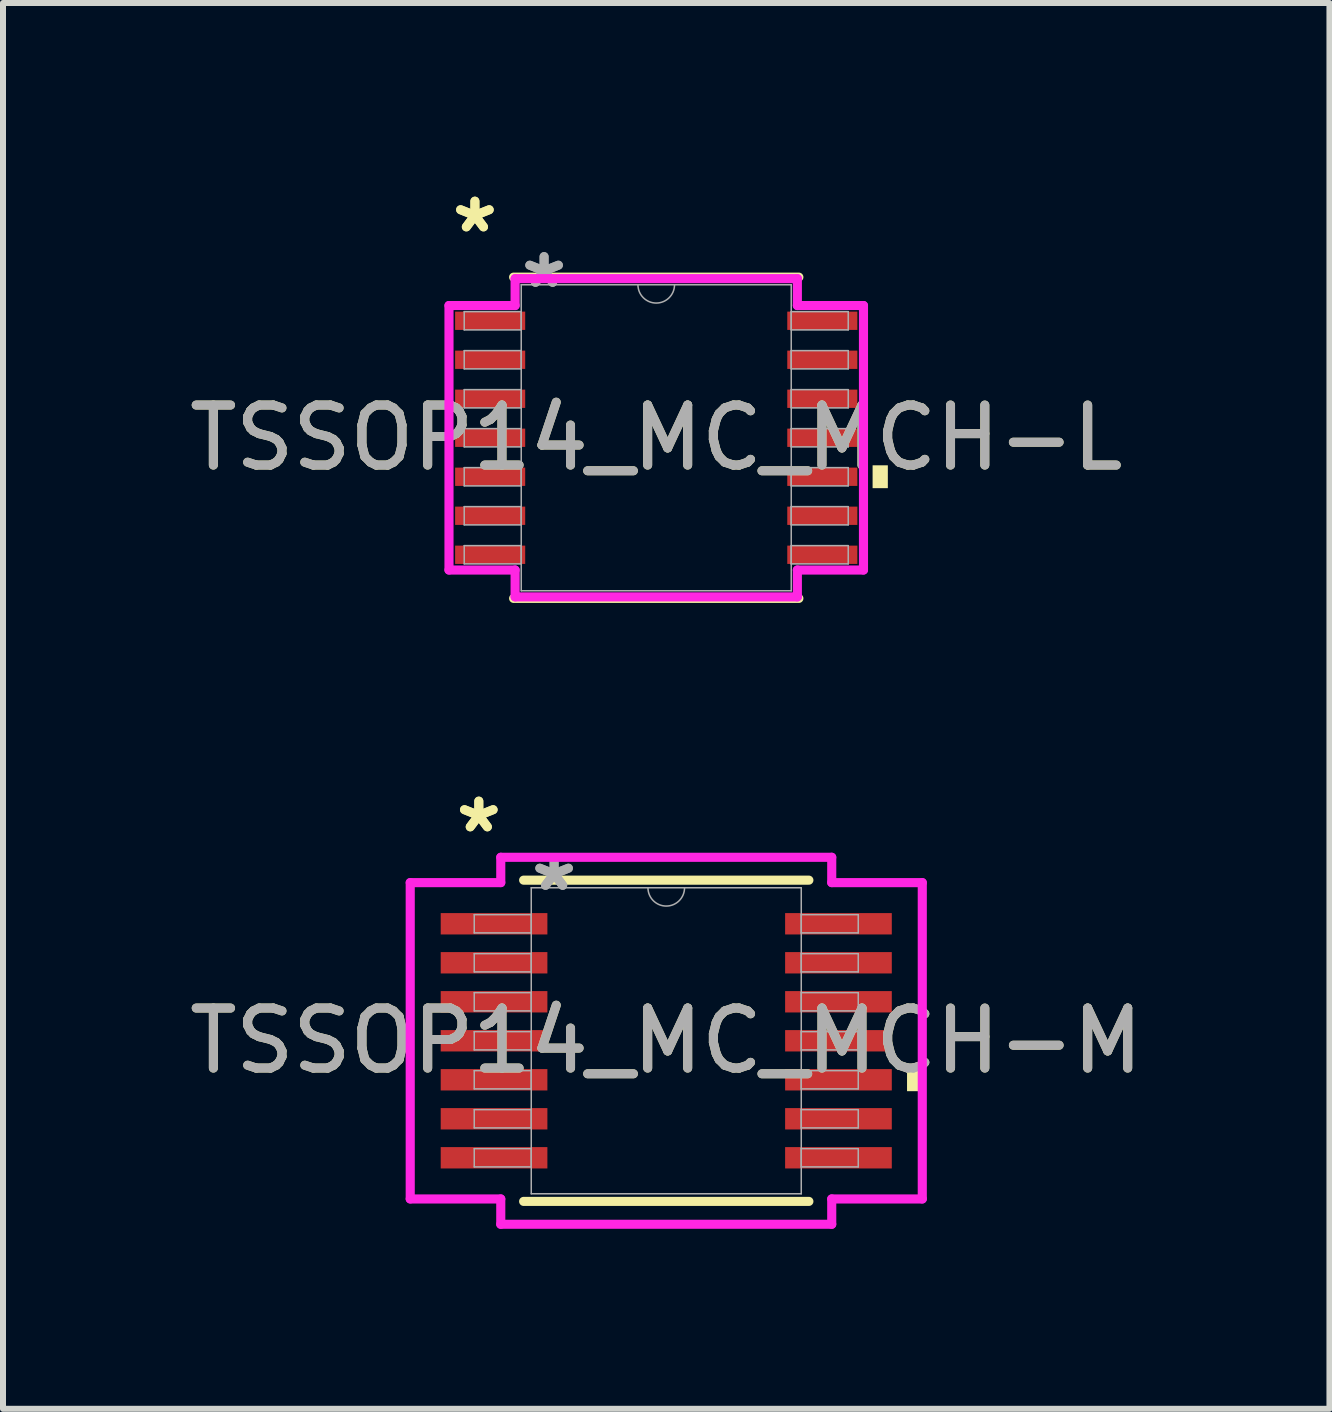
<source format=kicad_pcb>
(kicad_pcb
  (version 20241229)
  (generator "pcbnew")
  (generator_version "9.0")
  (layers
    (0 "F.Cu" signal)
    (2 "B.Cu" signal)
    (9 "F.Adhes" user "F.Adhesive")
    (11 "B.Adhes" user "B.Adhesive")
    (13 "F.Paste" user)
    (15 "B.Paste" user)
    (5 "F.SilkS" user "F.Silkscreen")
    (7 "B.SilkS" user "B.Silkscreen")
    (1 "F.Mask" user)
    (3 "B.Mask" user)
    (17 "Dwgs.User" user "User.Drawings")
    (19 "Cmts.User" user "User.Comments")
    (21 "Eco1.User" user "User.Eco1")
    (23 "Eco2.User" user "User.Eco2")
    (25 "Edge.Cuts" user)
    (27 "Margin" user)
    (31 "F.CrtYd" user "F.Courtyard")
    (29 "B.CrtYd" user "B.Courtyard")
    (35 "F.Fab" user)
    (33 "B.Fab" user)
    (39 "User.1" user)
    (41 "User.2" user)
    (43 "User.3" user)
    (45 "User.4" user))
  (footprint "TSSOP14_MC_MCH-M"
    (layer "F.Cu")
    (at 8.054 14.296)
    (property "Reference" "TSSOP14_MC_MCH-M" (at 0 0 0) (unlocked yes) (layer "F.SilkS") (effects (font (size 1 1) (thickness 0.15))))
    (attr smd)
    (fp_line (start -2.377 2.677) (end 2.377 2.677) (stroke (width 0.152) (type solid)) (layer "F.SilkS"))
    (fp_line (start 2.377 -2.677) (end -2.377 -2.677) (stroke (width 0.152) (type solid)) (layer "F.SilkS"))
    (fp_poly (pts (xy 4.267 0.459) (xy 4.267 0.84) (xy 4.013 0.84) (xy 4.013 0.459)) (stroke (width 0) (type solid)) (fill yes) (layer "F.SilkS"))
    (fp_line (start -4.267 -2.636) (end -2.758 -2.636) (stroke (width 0.152) (type solid)) (layer "F.CrtYd"))
    (fp_line (start -4.267 2.636) (end -4.267 -2.636) (stroke (width 0.152) (type solid)) (layer "F.CrtYd"))
    (fp_line (start -4.267 2.636) (end -2.758 2.636) (stroke (width 0.152) (type solid)) (layer "F.CrtYd"))
    (fp_line (start -2.758 -3.058) (end 2.758 -3.058) (stroke (width 0.152) (type solid)) (layer "F.CrtYd"))
    (fp_line (start -2.758 -2.636) (end -2.758 -3.058) (stroke (width 0.152) (type solid)) (layer "F.CrtYd"))
    (fp_line (start -2.758 3.058) (end -2.758 2.636) (stroke (width 0.152) (type solid)) (layer "F.CrtYd"))
    (fp_line (start 2.758 -3.058) (end 2.758 -2.636) (stroke (width 0.152) (type solid)) (layer "F.CrtYd"))
    (fp_line (start 2.758 2.636) (end 2.758 3.058) (stroke (width 0.152) (type solid)) (layer "F.CrtYd"))
    (fp_line (start 2.758 3.058) (end -2.758 3.058) (stroke (width 0.152) (type solid)) (layer "F.CrtYd"))
    (fp_line (start 4.267 -2.636) (end 2.758 -2.636) (stroke (width 0.152) (type solid)) (layer "F.CrtYd"))
    (fp_line (start 4.267 -2.636) (end 4.267 2.636) (stroke (width 0.152) (type solid)) (layer "F.CrtYd"))
    (fp_line (start 4.267 2.636) (end 2.758 2.636) (stroke (width 0.152) (type solid)) (layer "F.CrtYd"))
    (fp_line (start -3.2 -2.102) (end -3.2 -1.798) (stroke (width 0.025) (type solid)) (layer "F.Fab"))
    (fp_line (start -3.2 -1.798) (end -2.25 -1.798) (stroke (width 0.025) (type solid)) (layer "F.Fab"))
    (fp_line (start -3.2 -1.452) (end -3.2 -1.148) (stroke (width 0.025) (type solid)) (layer "F.Fab"))
    (fp_line (start -3.2 -1.148) (end -2.25 -1.148) (stroke (width 0.025) (type solid)) (layer "F.Fab"))
    (fp_line (start -3.2 -0.802) (end -3.2 -0.498) (stroke (width 0.025) (type solid)) (layer "F.Fab"))
    (fp_line (start -3.2 -0.498) (end -2.25 -0.498) (stroke (width 0.025) (type solid)) (layer "F.Fab"))
    (fp_line (start -3.2 -0.152) (end -3.2 0.152) (stroke (width 0.025) (type solid)) (layer "F.Fab"))
    (fp_line (start -3.2 0.152) (end -2.25 0.152) (stroke (width 0.025) (type solid)) (layer "F.Fab"))
    (fp_line (start -3.2 0.498) (end -3.2 0.802) (stroke (width 0.025) (type solid)) (layer "F.Fab"))
    (fp_line (start -3.2 0.802) (end -2.25 0.802) (stroke (width 0.025) (type solid)) (layer "F.Fab"))
    (fp_line (start -3.2 1.148) (end -3.2 1.452) (stroke (width 0.025) (type solid)) (layer "F.Fab"))
    (fp_line (start -3.2 1.452) (end -2.25 1.452) (stroke (width 0.025) (type solid)) (layer "F.Fab"))
    (fp_line (start -3.2 1.798) (end -3.2 2.102) (stroke (width 0.025) (type solid)) (layer "F.Fab"))
    (fp_line (start -3.2 2.102) (end -2.25 2.102) (stroke (width 0.025) (type solid)) (layer "F.Fab"))
    (fp_line (start -2.25 -2.55) (end -2.25 2.55) (stroke (width 0.025) (type solid)) (layer "F.Fab"))
    (fp_line (start -2.25 -2.102) (end -3.2 -2.102) (stroke (width 0.025) (type solid)) (layer "F.Fab"))
    (fp_line (start -2.25 -1.798) (end -2.25 -2.102) (stroke (width 0.025) (type solid)) (layer "F.Fab"))
    (fp_line (start -2.25 -1.452) (end -3.2 -1.452) (stroke (width 0.025) (type solid)) (layer "F.Fab"))
    (fp_line (start -2.25 -1.148) (end -2.25 -1.452) (stroke (width 0.025) (type solid)) (layer "F.Fab"))
    (fp_line (start -2.25 -0.802) (end -3.2 -0.802) (stroke (width 0.025) (type solid)) (layer "F.Fab"))
    (fp_line (start -2.25 -0.498) (end -2.25 -0.802) (stroke (width 0.025) (type solid)) (layer "F.Fab"))
    (fp_line (start -2.25 -0.152) (end -3.2 -0.152) (stroke (width 0.025) (type solid)) (layer "F.Fab"))
    (fp_line (start -2.25 0.152) (end -2.25 -0.152) (stroke (width 0.025) (type solid)) (layer "F.Fab"))
    (fp_line (start -2.25 0.498) (end -3.2 0.498) (stroke (width 0.025) (type solid)) (layer "F.Fab"))
    (fp_line (start -2.25 0.802) (end -2.25 0.498) (stroke (width 0.025) (type solid)) (layer "F.Fab"))
    (fp_line (start -2.25 1.148) (end -3.2 1.148) (stroke (width 0.025) (type solid)) (layer "F.Fab"))
    (fp_line (start -2.25 1.452) (end -2.25 1.148) (stroke (width 0.025) (type solid)) (layer "F.Fab"))
    (fp_line (start -2.25 1.798) (end -3.2 1.798) (stroke (width 0.025) (type solid)) (layer "F.Fab"))
    (fp_line (start -2.25 2.102) (end -2.25 1.798) (stroke (width 0.025) (type solid)) (layer "F.Fab"))
    (fp_line (start -2.25 2.55) (end 2.25 2.55) (stroke (width 0.025) (type solid)) (layer "F.Fab"))
    (fp_line (start 2.25 -2.55) (end -2.25 -2.55) (stroke (width 0.025) (type solid)) (layer "F.Fab"))
    (fp_line (start 2.25 -2.102) (end 2.25 -1.798) (stroke (width 0.025) (type solid)) (layer "F.Fab"))
    (fp_line (start 2.25 -1.798) (end 3.2 -1.798) (stroke (width 0.025) (type solid)) (layer "F.Fab"))
    (fp_line (start 2.25 -1.452) (end 2.25 -1.148) (stroke (width 0.025) (type solid)) (layer "F.Fab"))
    (fp_line (start 2.25 -1.148) (end 3.2 -1.148) (stroke (width 0.025) (type solid)) (layer "F.Fab"))
    (fp_line (start 2.25 -0.802) (end 2.25 -0.498) (stroke (width 0.025) (type solid)) (layer "F.Fab"))
    (fp_line (start 2.25 -0.498) (end 3.2 -0.498) (stroke (width 0.025) (type solid)) (layer "F.Fab"))
    (fp_line (start 2.25 -0.152) (end 2.25 0.152) (stroke (width 0.025) (type solid)) (layer "F.Fab"))
    (fp_line (start 2.25 0.152) (end 3.2 0.152) (stroke (width 0.025) (type solid)) (layer "F.Fab"))
    (fp_line (start 2.25 0.498) (end 2.25 0.802) (stroke (width 0.025) (type solid)) (layer "F.Fab"))
    (fp_line (start 2.25 0.802) (end 3.2 0.802) (stroke (width 0.025) (type solid)) (layer "F.Fab"))
    (fp_line (start 2.25 1.148) (end 2.25 1.452) (stroke (width 0.025) (type solid)) (layer "F.Fab"))
    (fp_line (start 2.25 1.452) (end 3.2 1.452) (stroke (width 0.025) (type solid)) (layer "F.Fab"))
    (fp_line (start 2.25 1.798) (end 2.25 2.102) (stroke (width 0.025) (type solid)) (layer "F.Fab"))
    (fp_line (start 2.25 2.102) (end 3.2 2.102) (stroke (width 0.025) (type solid)) (layer "F.Fab"))
    (fp_line (start 2.25 2.55) (end 2.25 -2.55) (stroke (width 0.025) (type solid)) (layer "F.Fab"))
    (fp_line (start 3.2 -2.102) (end 2.25 -2.102) (stroke (width 0.025) (type solid)) (layer "F.Fab"))
    (fp_line (start 3.2 -1.798) (end 3.2 -2.102) (stroke (width 0.025) (type solid)) (layer "F.Fab"))
    (fp_line (start 3.2 -1.452) (end 2.25 -1.452) (stroke (width 0.025) (type solid)) (layer "F.Fab"))
    (fp_line (start 3.2 -1.148) (end 3.2 -1.452) (stroke (width 0.025) (type solid)) (layer "F.Fab"))
    (fp_line (start 3.2 -0.802) (end 2.25 -0.802) (stroke (width 0.025) (type solid)) (layer "F.Fab"))
    (fp_line (start 3.2 -0.498) (end 3.2 -0.802) (stroke (width 0.025) (type solid)) (layer "F.Fab"))
    (fp_line (start 3.2 -0.152) (end 2.25 -0.152) (stroke (width 0.025) (type solid)) (layer "F.Fab"))
    (fp_line (start 3.2 0.152) (end 3.2 -0.152) (stroke (width 0.025) (type solid)) (layer "F.Fab"))
    (fp_line (start 3.2 0.498) (end 2.25 0.498) (stroke (width 0.025) (type solid)) (layer "F.Fab"))
    (fp_line (start 3.2 0.802) (end 3.2 0.498) (stroke (width 0.025) (type solid)) (layer "F.Fab"))
    (fp_line (start 3.2 1.148) (end 2.25 1.148) (stroke (width 0.025) (type solid)) (layer "F.Fab"))
    (fp_line (start 3.2 1.452) (end 3.2 1.148) (stroke (width 0.025) (type solid)) (layer "F.Fab"))
    (fp_line (start 3.2 1.798) (end 2.25 1.798) (stroke (width 0.025) (type solid)) (layer "F.Fab"))
    (fp_line (start 3.2 2.102) (end 3.2 1.798) (stroke (width 0.025) (type solid)) (layer "F.Fab"))
    (fp_arc (start 0.3048 -2.55) (mid 0 -2.2452) (end -0.3048 -2.55) (stroke (width 0.0254) (type solid)) (layer "F.Fab"))
    (fp_text user "*" (at -3.124 -3.449 0) (unlocked yes) (layer "F.SilkS") (effects (font (size 1 1) (thickness 0.15))))
    (fp_text user "*" (at -3.124 -3.449 0) (layer "F.SilkS") (effects (font (size 1 1) (thickness 0.15))))
    (fp_text user "*" (at -1.869 -2.474 0) (unlocked yes) (layer "F.Fab") (effects (font (size 1 1) (thickness 0.15))))
    (fp_text user "*" (at -1.869 -2.474 0) (layer "F.Fab") (effects (font (size 1 1) (thickness 0.15))))
    (fp_text user "${REFERENCE}" (at 0 0 0) (unlocked yes) (layer "F.Fab") (effects (font (size 1 1) (thickness 0.15))))
    (pad "1" smd rect (at -2.87 -1.95) (size 1.778 0.356) (layers "F.Cu" "F.Mask" "F.Paste"))
    (pad "2" smd rect (at -2.87 -1.3) (size 1.778 0.356) (layers "F.Cu" "F.Mask" "F.Paste"))
    (pad "3" smd rect (at -2.87 -0.65) (size 1.778 0.356) (layers "F.Cu" "F.Mask" "F.Paste"))
    (pad "4" smd rect (at -2.87 0) (size 1.778 0.356) (layers "F.Cu" "F.Mask" "F.Paste"))
    (pad "5" smd rect (at -2.87 0.65) (size 1.778 0.356) (layers "F.Cu" "F.Mask" "F.Paste"))
    (pad "6" smd rect (at -2.87 1.3) (size 1.778 0.356) (layers "F.Cu" "F.Mask" "F.Paste"))
    (pad "7" smd rect (at -2.87 1.95) (size 1.778 0.356) (layers "F.Cu" "F.Mask" "F.Paste"))
    (pad "8" smd rect (at 2.87 1.95) (size 1.778 0.356) (layers "F.Cu" "F.Mask" "F.Paste"))
    (pad "9" smd rect (at 2.87 1.3) (size 1.778 0.356) (layers "F.Cu" "F.Mask" "F.Paste"))
    (pad "10" smd rect (at 2.87 0.65) (size 1.778 0.356) (layers "F.Cu" "F.Mask" "F.Paste"))
    (pad "11" smd rect (at 2.87 0) (size 1.778 0.356) (layers "F.Cu" "F.Mask" "F.Paste"))
    (pad "12" smd rect (at 2.87 -0.65) (size 1.778 0.356) (layers "F.Cu" "F.Mask" "F.Paste"))
    (pad "13" smd rect (at 2.87 -1.3) (size 1.778 0.356) (layers "F.Cu" "F.Mask" "F.Paste"))
    (pad "14" smd rect (at 2.87 -1.95) (size 1.778 0.356) (layers "F.Cu" "F.Mask" "F.Paste")))
  (footprint "TSSOP14_MC_MCH-L"
    (layer "F.Cu")
    (at 7.887 4.246)
    (property "Reference" "TSSOP14_MC_MCH-L" (at 0 0 0) (unlocked yes) (layer "F.SilkS") (effects (font (size 1 1) (thickness 0.15))))
    (attr smd)
    (fp_line (start -2.377 2.677) (end 2.377 2.677) (stroke (width 0.152) (type solid)) (layer "F.SilkS"))
    (fp_line (start 2.377 -2.677) (end -2.377 -2.677) (stroke (width 0.152) (type solid)) (layer "F.SilkS"))
    (fp_poly (pts (xy 3.86 0.459) (xy 3.86 0.84) (xy 3.606 0.84) (xy 3.606 0.459)) (stroke (width 0) (type solid)) (fill yes) (layer "F.SilkS"))
    (fp_line (start -3.454 -2.204) (end -2.352 -2.204) (stroke (width 0.152) (type solid)) (layer "F.CrtYd"))
    (fp_line (start -3.454 2.204) (end -3.454 -2.204) (stroke (width 0.152) (type solid)) (layer "F.CrtYd"))
    (fp_line (start -3.454 2.204) (end -2.352 2.204) (stroke (width 0.152) (type solid)) (layer "F.CrtYd"))
    (fp_line (start -2.352 -2.652) (end 2.352 -2.652) (stroke (width 0.152) (type solid)) (layer "F.CrtYd"))
    (fp_line (start -2.352 -2.204) (end -2.352 -2.652) (stroke (width 0.152) (type solid)) (layer "F.CrtYd"))
    (fp_line (start -2.352 2.652) (end -2.352 2.204) (stroke (width 0.152) (type solid)) (layer "F.CrtYd"))
    (fp_line (start 2.352 -2.652) (end 2.352 -2.204) (stroke (width 0.152) (type solid)) (layer "F.CrtYd"))
    (fp_line (start 2.352 2.204) (end 2.352 2.652) (stroke (width 0.152) (type solid)) (layer "F.CrtYd"))
    (fp_line (start 2.352 2.652) (end -2.352 2.652) (stroke (width 0.152) (type solid)) (layer "F.CrtYd"))
    (fp_line (start 3.454 -2.204) (end 2.352 -2.204) (stroke (width 0.152) (type solid)) (layer "F.CrtYd"))
    (fp_line (start 3.454 -2.204) (end 3.454 2.204) (stroke (width 0.152) (type solid)) (layer "F.CrtYd"))
    (fp_line (start 3.454 2.204) (end 2.352 2.204) (stroke (width 0.152) (type solid)) (layer "F.CrtYd"))
    (fp_line (start -3.2 -2.102) (end -3.2 -1.798) (stroke (width 0.025) (type solid)) (layer "F.Fab"))
    (fp_line (start -3.2 -1.798) (end -2.25 -1.798) (stroke (width 0.025) (type solid)) (layer "F.Fab"))
    (fp_line (start -3.2 -1.452) (end -3.2 -1.148) (stroke (width 0.025) (type solid)) (layer "F.Fab"))
    (fp_line (start -3.2 -1.148) (end -2.25 -1.148) (stroke (width 0.025) (type solid)) (layer "F.Fab"))
    (fp_line (start -3.2 -0.802) (end -3.2 -0.498) (stroke (width 0.025) (type solid)) (layer "F.Fab"))
    (fp_line (start -3.2 -0.498) (end -2.25 -0.498) (stroke (width 0.025) (type solid)) (layer "F.Fab"))
    (fp_line (start -3.2 -0.152) (end -3.2 0.152) (stroke (width 0.025) (type solid)) (layer "F.Fab"))
    (fp_line (start -3.2 0.152) (end -2.25 0.152) (stroke (width 0.025) (type solid)) (layer "F.Fab"))
    (fp_line (start -3.2 0.498) (end -3.2 0.802) (stroke (width 0.025) (type solid)) (layer "F.Fab"))
    (fp_line (start -3.2 0.802) (end -2.25 0.802) (stroke (width 0.025) (type solid)) (layer "F.Fab"))
    (fp_line (start -3.2 1.148) (end -3.2 1.452) (stroke (width 0.025) (type solid)) (layer "F.Fab"))
    (fp_line (start -3.2 1.452) (end -2.25 1.452) (stroke (width 0.025) (type solid)) (layer "F.Fab"))
    (fp_line (start -3.2 1.798) (end -3.2 2.102) (stroke (width 0.025) (type solid)) (layer "F.Fab"))
    (fp_line (start -3.2 2.102) (end -2.25 2.102) (stroke (width 0.025) (type solid)) (layer "F.Fab"))
    (fp_line (start -2.25 -2.55) (end -2.25 2.55) (stroke (width 0.025) (type solid)) (layer "F.Fab"))
    (fp_line (start -2.25 -2.102) (end -3.2 -2.102) (stroke (width 0.025) (type solid)) (layer "F.Fab"))
    (fp_line (start -2.25 -1.798) (end -2.25 -2.102) (stroke (width 0.025) (type solid)) (layer "F.Fab"))
    (fp_line (start -2.25 -1.452) (end -3.2 -1.452) (stroke (width 0.025) (type solid)) (layer "F.Fab"))
    (fp_line (start -2.25 -1.148) (end -2.25 -1.452) (stroke (width 0.025) (type solid)) (layer "F.Fab"))
    (fp_line (start -2.25 -0.802) (end -3.2 -0.802) (stroke (width 0.025) (type solid)) (layer "F.Fab"))
    (fp_line (start -2.25 -0.498) (end -2.25 -0.802) (stroke (width 0.025) (type solid)) (layer "F.Fab"))
    (fp_line (start -2.25 -0.152) (end -3.2 -0.152) (stroke (width 0.025) (type solid)) (layer "F.Fab"))
    (fp_line (start -2.25 0.152) (end -2.25 -0.152) (stroke (width 0.025) (type solid)) (layer "F.Fab"))
    (fp_line (start -2.25 0.498) (end -3.2 0.498) (stroke (width 0.025) (type solid)) (layer "F.Fab"))
    (fp_line (start -2.25 0.802) (end -2.25 0.498) (stroke (width 0.025) (type solid)) (layer "F.Fab"))
    (fp_line (start -2.25 1.148) (end -3.2 1.148) (stroke (width 0.025) (type solid)) (layer "F.Fab"))
    (fp_line (start -2.25 1.452) (end -2.25 1.148) (stroke (width 0.025) (type solid)) (layer "F.Fab"))
    (fp_line (start -2.25 1.798) (end -3.2 1.798) (stroke (width 0.025) (type solid)) (layer "F.Fab"))
    (fp_line (start -2.25 2.102) (end -2.25 1.798) (stroke (width 0.025) (type solid)) (layer "F.Fab"))
    (fp_line (start -2.25 2.55) (end 2.25 2.55) (stroke (width 0.025) (type solid)) (layer "F.Fab"))
    (fp_line (start 2.25 -2.55) (end -2.25 -2.55) (stroke (width 0.025) (type solid)) (layer "F.Fab"))
    (fp_line (start 2.25 -2.102) (end 2.25 -1.798) (stroke (width 0.025) (type solid)) (layer "F.Fab"))
    (fp_line (start 2.25 -1.798) (end 3.2 -1.798) (stroke (width 0.025) (type solid)) (layer "F.Fab"))
    (fp_line (start 2.25 -1.452) (end 2.25 -1.148) (stroke (width 0.025) (type solid)) (layer "F.Fab"))
    (fp_line (start 2.25 -1.148) (end 3.2 -1.148) (stroke (width 0.025) (type solid)) (layer "F.Fab"))
    (fp_line (start 2.25 -0.802) (end 2.25 -0.498) (stroke (width 0.025) (type solid)) (layer "F.Fab"))
    (fp_line (start 2.25 -0.498) (end 3.2 -0.498) (stroke (width 0.025) (type solid)) (layer "F.Fab"))
    (fp_line (start 2.25 -0.152) (end 2.25 0.152) (stroke (width 0.025) (type solid)) (layer "F.Fab"))
    (fp_line (start 2.25 0.152) (end 3.2 0.152) (stroke (width 0.025) (type solid)) (layer "F.Fab"))
    (fp_line (start 2.25 0.498) (end 2.25 0.802) (stroke (width 0.025) (type solid)) (layer "F.Fab"))
    (fp_line (start 2.25 0.802) (end 3.2 0.802) (stroke (width 0.025) (type solid)) (layer "F.Fab"))
    (fp_line (start 2.25 1.148) (end 2.25 1.452) (stroke (width 0.025) (type solid)) (layer "F.Fab"))
    (fp_line (start 2.25 1.452) (end 3.2 1.452) (stroke (width 0.025) (type solid)) (layer "F.Fab"))
    (fp_line (start 2.25 1.798) (end 2.25 2.102) (stroke (width 0.025) (type solid)) (layer "F.Fab"))
    (fp_line (start 2.25 2.102) (end 3.2 2.102) (stroke (width 0.025) (type solid)) (layer "F.Fab"))
    (fp_line (start 2.25 2.55) (end 2.25 -2.55) (stroke (width 0.025) (type solid)) (layer "F.Fab"))
    (fp_line (start 3.2 -2.102) (end 2.25 -2.102) (stroke (width 0.025) (type solid)) (layer "F.Fab"))
    (fp_line (start 3.2 -1.798) (end 3.2 -2.102) (stroke (width 0.025) (type solid)) (layer "F.Fab"))
    (fp_line (start 3.2 -1.452) (end 2.25 -1.452) (stroke (width 0.025) (type solid)) (layer "F.Fab"))
    (fp_line (start 3.2 -1.148) (end 3.2 -1.452) (stroke (width 0.025) (type solid)) (layer "F.Fab"))
    (fp_line (start 3.2 -0.802) (end 2.25 -0.802) (stroke (width 0.025) (type solid)) (layer "F.Fab"))
    (fp_line (start 3.2 -0.498) (end 3.2 -0.802) (stroke (width 0.025) (type solid)) (layer "F.Fab"))
    (fp_line (start 3.2 -0.152) (end 2.25 -0.152) (stroke (width 0.025) (type solid)) (layer "F.Fab"))
    (fp_line (start 3.2 0.152) (end 3.2 -0.152) (stroke (width 0.025) (type solid)) (layer "F.Fab"))
    (fp_line (start 3.2 0.498) (end 2.25 0.498) (stroke (width 0.025) (type solid)) (layer "F.Fab"))
    (fp_line (start 3.2 0.802) (end 3.2 0.498) (stroke (width 0.025) (type solid)) (layer "F.Fab"))
    (fp_line (start 3.2 1.148) (end 2.25 1.148) (stroke (width 0.025) (type solid)) (layer "F.Fab"))
    (fp_line (start 3.2 1.452) (end 3.2 1.148) (stroke (width 0.025) (type solid)) (layer "F.Fab"))
    (fp_line (start 3.2 1.798) (end 2.25 1.798) (stroke (width 0.025) (type solid)) (layer "F.Fab"))
    (fp_line (start 3.2 2.102) (end 3.2 1.798) (stroke (width 0.025) (type solid)) (layer "F.Fab"))
    (fp_arc (start 0.3048 -2.55) (mid 0 -2.2452) (end -0.3048 -2.55) (stroke (width 0.0254) (type solid)) (layer "F.Fab"))
    (fp_text user "*" (at -3.022 -3.398 0) (layer "F.SilkS") (effects (font (size 1 1) (thickness 0.15))))
    (fp_text user "*" (at -3.022 -3.398 0) (unlocked yes) (layer "F.SilkS") (effects (font (size 1 1) (thickness 0.15))))
    (fp_text user "${REFERENCE}" (at 0 0 0) (unlocked yes) (layer "F.Fab") (effects (font (size 1 1) (thickness 0.15))))
    (fp_text user "*" (at -1.869 -2.474 0) (unlocked yes) (layer "F.Fab") (effects (font (size 1 1) (thickness 0.15))))
    (fp_text user "*" (at -1.869 -2.474 0) (layer "F.Fab") (effects (font (size 1 1) (thickness 0.15))))
    (pad "1" smd rect (at -2.768 -1.95) (size 1.168 0.305) (layers "F.Cu" "F.Mask" "F.Paste"))
    (pad "2" smd rect (at -2.768 -1.3) (size 1.168 0.305) (layers "F.Cu" "F.Mask" "F.Paste"))
    (pad "3" smd rect (at -2.768 -0.65) (size 1.168 0.305) (layers "F.Cu" "F.Mask" "F.Paste"))
    (pad "4" smd rect (at -2.768 0) (size 1.168 0.305) (layers "F.Cu" "F.Mask" "F.Paste"))
    (pad "5" smd rect (at -2.768 0.65) (size 1.168 0.305) (layers "F.Cu" "F.Mask" "F.Paste"))
    (pad "6" smd rect (at -2.768 1.3) (size 1.168 0.305) (layers "F.Cu" "F.Mask" "F.Paste"))
    (pad "7" smd rect (at -2.768 1.95) (size 1.168 0.305) (layers "F.Cu" "F.Mask" "F.Paste"))
    (pad "8" smd rect (at 2.768 1.95) (size 1.168 0.305) (layers "F.Cu" "F.Mask" "F.Paste"))
    (pad "9" smd rect (at 2.768 1.3) (size 1.168 0.305) (layers "F.Cu" "F.Mask" "F.Paste"))
    (pad "10" smd rect (at 2.768 0.65) (size 1.168 0.305) (layers "F.Cu" "F.Mask" "F.Paste"))
    (pad "11" smd rect (at 2.768 0) (size 1.168 0.305) (layers "F.Cu" "F.Mask" "F.Paste"))
    (pad "12" smd rect (at 2.768 -0.65) (size 1.168 0.305) (layers "F.Cu" "F.Mask" "F.Paste"))
    (pad "13" smd rect (at 2.768 -1.3) (size 1.168 0.305) (layers "F.Cu" "F.Mask" "F.Paste"))
    (pad "14" smd rect (at 2.768 -1.95) (size 1.168 0.305) (layers "F.Cu" "F.Mask" "F.Paste")))
  (gr_rect
    (start -3 -3)
    (end 19.107 20.43)
    (stroke (width 0.1) (type default))
    (fill no)
    (layer "Edge.Cuts")))
</source>
